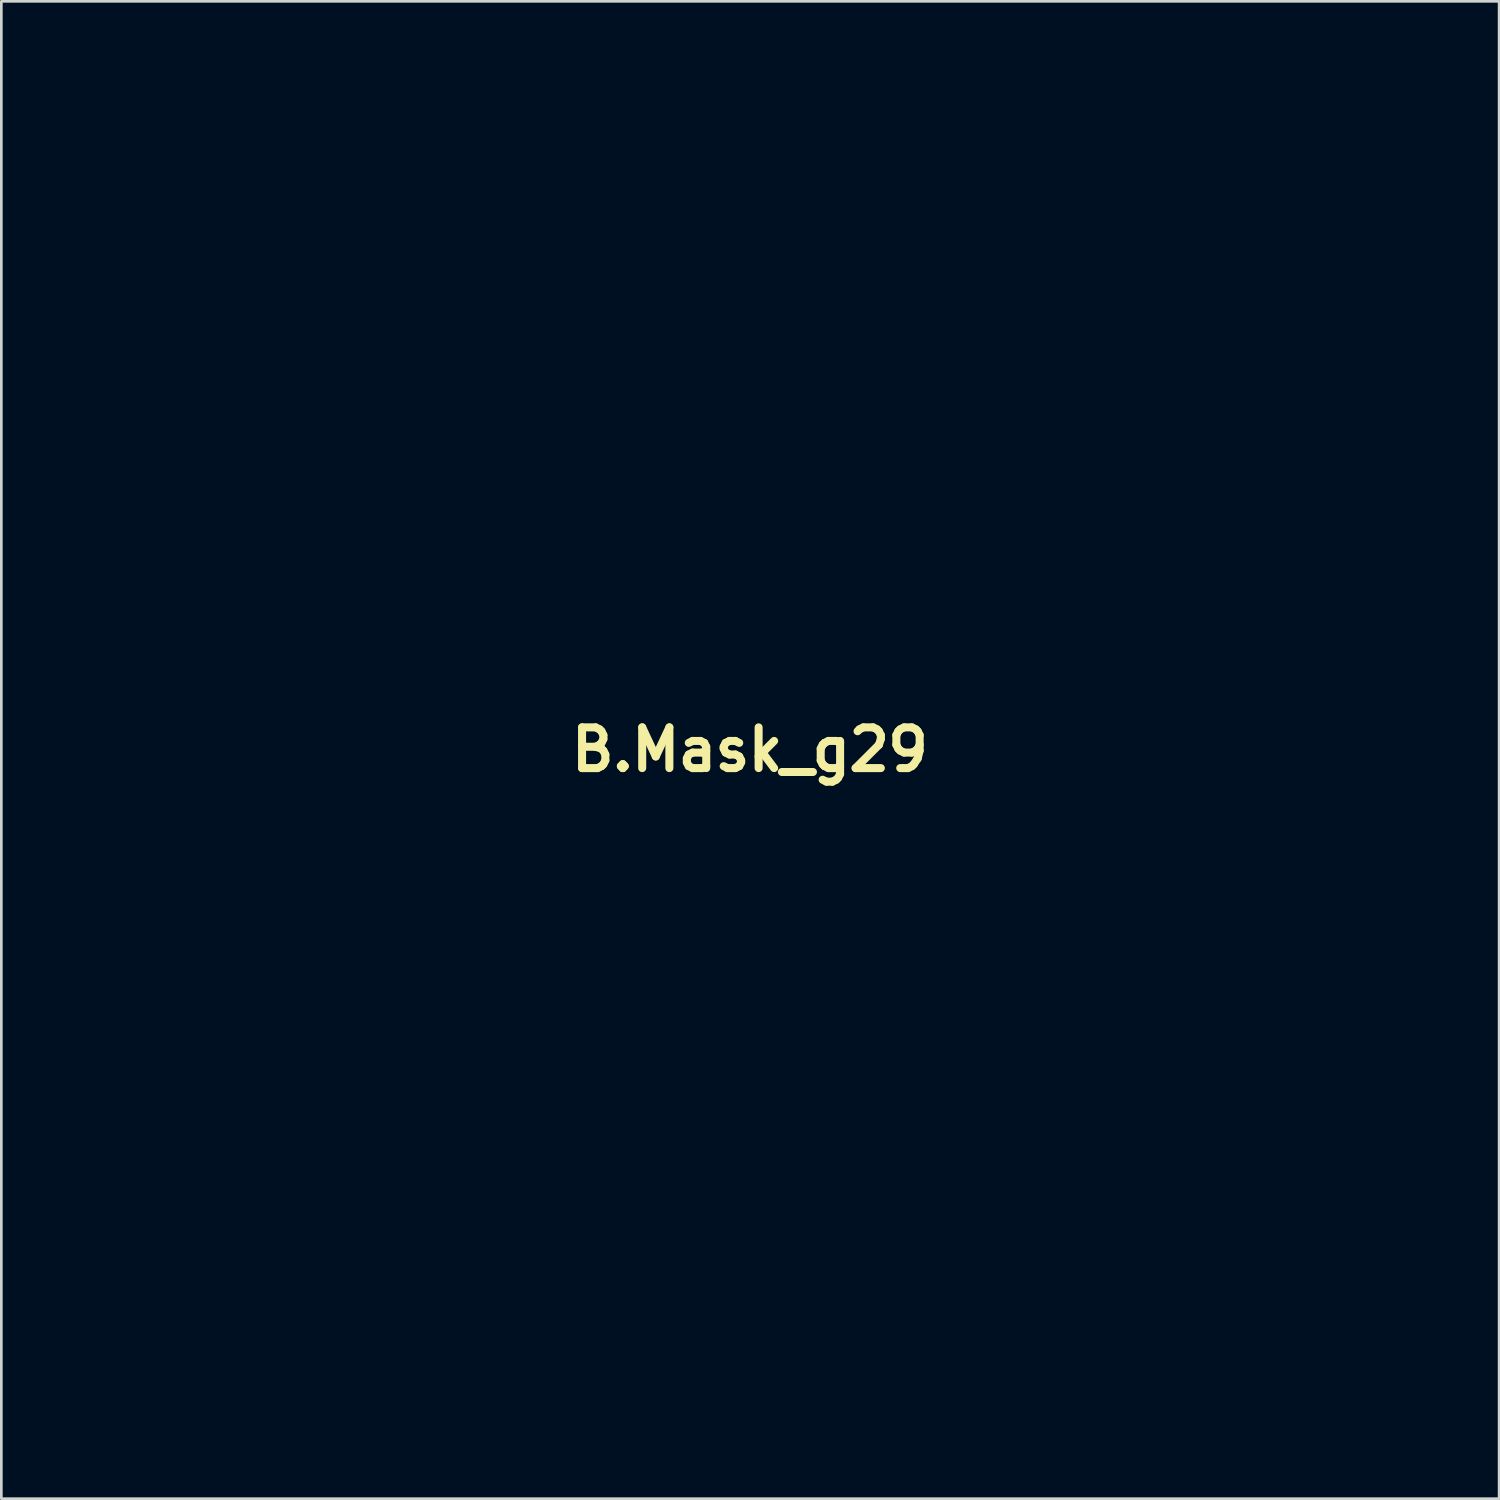
<source format=kicad_pcb>
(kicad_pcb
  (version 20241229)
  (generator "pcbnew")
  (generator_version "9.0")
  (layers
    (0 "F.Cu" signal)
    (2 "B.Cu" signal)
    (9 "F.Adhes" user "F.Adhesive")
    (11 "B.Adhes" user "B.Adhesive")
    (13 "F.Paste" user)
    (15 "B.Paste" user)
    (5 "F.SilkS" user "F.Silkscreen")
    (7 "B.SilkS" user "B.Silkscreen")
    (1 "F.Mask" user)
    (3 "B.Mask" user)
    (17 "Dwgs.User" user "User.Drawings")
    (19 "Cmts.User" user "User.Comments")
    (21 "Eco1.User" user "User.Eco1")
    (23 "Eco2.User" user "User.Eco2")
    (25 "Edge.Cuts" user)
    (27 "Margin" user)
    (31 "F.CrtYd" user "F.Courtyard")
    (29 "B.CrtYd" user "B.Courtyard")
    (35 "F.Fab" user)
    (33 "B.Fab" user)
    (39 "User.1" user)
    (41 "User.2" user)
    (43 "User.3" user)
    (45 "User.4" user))
  (footprint "B.Mask_g29"
    (layer "F.Cu")
    (at 25 24.992)
    (property "Reference" "B.Mask_g29" (at 0 0 0) (layer "F.SilkS") (effects (font (size 1.524 1.524) (thickness 0.3))))
    (attr through_hole)
    (fp_poly (pts (xy -3.636 1.263) (xy -3.483 1.617) (xy -3.357 1.973) (xy -3.258 2.324) (xy -3.189 2.666) (xy -3.149 2.995) (xy -3.141 3.304) (xy -3.152 3.482) (xy -3.201 3.807) (xy -3.283 4.106) (xy -3.398 4.383) (xy -3.55 4.641) (xy -3.739 4.883) (xy -3.891 5.042) (xy -4.157 5.272) (xy -4.441 5.464) (xy -4.743 5.618) (xy -5.064 5.733) (xy -5.285 5.788) (xy -5.348 5.8) (xy -5.413 5.81) (xy -5.487 5.819) (xy -5.579 5.828) (xy -5.695 5.837) (xy -5.844 5.847) (xy -5.895 5.85) (xy -5.962 5.851) (xy -6.056 5.849) (xy -6.163 5.845) (xy -6.227 5.841) (xy -6.463 5.815) (xy -6.717 5.773) (xy -6.969 5.717) (xy -7.101 5.682) (xy -7.209 5.649) (xy -7.321 5.612) (xy -7.43 5.574) (xy -7.529 5.538) (xy -7.612 5.505) (xy -7.671 5.479) (xy -7.699 5.463) (xy -7.7 5.459) (xy -7.685 5.442) (xy -7.643 5.396) (xy -7.576 5.322) (xy -7.486 5.222) (xy -7.373 5.098) (xy -7.24 4.952) (xy -7.088 4.785) (xy -6.918 4.599) (xy -6.733 4.397) (xy -6.535 4.179) (xy -6.324 3.948) (xy -6.102 3.706) (xy -5.871 3.453) (xy -5.704 3.271) (xy -3.715 1.097) (xy -3.636 1.263)) (stroke (width 0.01) (type solid)) (fill yes) (layer "B.Mask"))
    (fp_poly (pts (xy 4.989 -7.52) (xy 5.156 -7.173) (xy 5.296 -6.827) (xy 5.407 -6.485) (xy 5.49 -6.153) (xy 5.542 -5.835) (xy 5.563 -5.536) (xy 5.559 -5.364) (xy 5.525 -5.064) (xy 5.46 -4.79) (xy 5.362 -4.538) (xy 5.228 -4.303) (xy 5.057 -4.082) (xy 4.998 -4.016) (xy 4.765 -3.798) (xy 4.504 -3.602) (xy 4.224 -3.436) (xy 3.937 -3.308) (xy 3.752 -3.245) (xy 3.566 -3.199) (xy 3.371 -3.168) (xy 3.153 -3.149) (xy 2.974 -3.143) (xy 2.848 -3.141) (xy 2.733 -3.14) (xy 2.638 -3.141) (xy 2.57 -3.143) (xy 2.54 -3.145) (xy 2.493 -3.152) (xy 2.42 -3.163) (xy 2.335 -3.176) (xy 2.328 -3.177) (xy 2.154 -3.207) (xy 1.955 -3.253) (xy 1.746 -3.309) (xy 1.541 -3.374) (xy 1.524 -3.379) (xy 1.438 -3.41) (xy 1.337 -3.45) (xy 1.229 -3.495) (xy 1.119 -3.543) (xy 1.016 -3.589) (xy 0.926 -3.632) (xy 0.857 -3.667) (xy 0.814 -3.692) (xy 0.804 -3.702) (xy 0.819 -3.718) (xy 0.862 -3.763) (xy 0.931 -3.834) (xy 1.026 -3.929) (xy 1.143 -4.048) (xy 1.281 -4.187) (xy 1.44 -4.347) (xy 1.616 -4.524) (xy 1.808 -4.717) (xy 2.015 -4.924) (xy 2.234 -5.144) (xy 2.465 -5.375) (xy 2.704 -5.615) (xy 2.832 -5.742) (xy 4.859 -7.77) (xy 4.989 -7.52)) (stroke (width 0.01) (type solid)) (fill yes) (layer "B.Mask"))
    (fp_poly (pts (xy 10.713 -1.037) (xy 10.821 -1.033) (xy 10.822 -1.033) (xy 10.953 -1.027) (xy 11.048 -1.016) (xy 11.113 -1) (xy 11.154 -0.976) (xy 11.177 -0.942) (xy 11.185 -0.916) (xy 11.192 -0.871) (xy 11.203 -0.79) (xy 11.216 -0.678) (xy 11.232 -0.541) (xy 11.25 -0.385) (xy 11.268 -0.216) (xy 11.287 -0.039) (xy 11.305 0.14) (xy 11.323 0.315) (xy 11.339 0.48) (xy 11.343 0.529) (xy 11.371 0.836) (xy 11.394 1.106) (xy 11.412 1.344) (xy 11.424 1.556) (xy 11.431 1.747) (xy 11.433 1.922) (xy 11.429 2.085) (xy 11.419 2.243) (xy 11.404 2.401) (xy 11.383 2.564) (xy 11.355 2.736) (xy 11.322 2.923) (xy 11.301 3.037) (xy 11.204 3.506) (xy 11.099 3.936) (xy 10.985 4.328) (xy 10.861 4.686) (xy 10.75 4.96) (xy 10.545 5.411) (xy 10.339 5.834) (xy 10.131 6.227) (xy 9.924 6.588) (xy 9.719 6.913) (xy 9.517 7.201) (xy 9.405 7.345) (xy 9.333 7.43) (xy 9.234 7.539) (xy 9.115 7.665) (xy 8.979 7.805) (xy 8.834 7.951) (xy 8.683 8.101) (xy 8.533 8.247) (xy 8.388 8.384) (xy 8.253 8.509) (xy 8.188 8.567) (xy 7.611 9.053) (xy 7.011 9.509) (xy 6.385 9.936) (xy 5.729 10.337) (xy 5.041 10.714) (xy 5.027 10.721) (xy 4.612 10.929) (xy 4.222 11.11) (xy 3.85 11.265) (xy 3.492 11.398) (xy 3.14 11.509) (xy 2.79 11.6) (xy 2.435 11.674) (xy 2.069 11.733) (xy 1.873 11.758) (xy 1.76 11.77) (xy 1.624 11.78) (xy 1.475 11.788) (xy 1.32 11.795) (xy 1.17 11.8) (xy 1.032 11.803) (xy 0.915 11.803) (xy 0.827 11.8) (xy 0.798 11.797) (xy 0.763 11.792) (xy 0.735 11.781) (xy 0.713 11.76) (xy 0.694 11.722) (xy 0.676 11.663) (xy 0.655 11.576) (xy 0.63 11.455) (xy 0.616 11.388) (xy 0.564 11.121) (xy 0.522 10.879) (xy 0.49 10.665) (xy 0.468 10.481) (xy 0.456 10.331) (xy 0.455 10.216) (xy 0.465 10.141) (xy 0.486 10.083) (xy 0.517 10.052) (xy 0.571 10.033) (xy 0.653 10.016) (xy 0.775 9.999) (xy 0.935 9.982) (xy 1.129 9.966) (xy 1.356 9.949) (xy 1.612 9.934) (xy 1.895 9.919) (xy 1.926 9.917) (xy 2.25 9.902) (xy 2.534 9.888) (xy 2.777 9.875) (xy 2.982 9.865) (xy 3.15 9.855) (xy 3.281 9.847) (xy 3.378 9.84) (xy 3.442 9.835) (xy 3.473 9.831) (xy 3.474 9.83) (xy 3.502 9.804) (xy 3.521 9.755) (xy 3.521 9.752) (xy 3.527 9.701) (xy 3.535 9.611) (xy 3.543 9.487) (xy 3.552 9.332) (xy 3.562 9.15) (xy 3.572 8.945) (xy 3.582 8.72) (xy 3.592 8.48) (xy 3.598 8.329) (xy 3.607 8.113) (xy 3.617 7.905) (xy 3.626 7.71) (xy 3.636 7.531) (xy 3.645 7.373) (xy 3.654 7.241) (xy 3.662 7.139) (xy 3.67 7.071) (xy 3.674 7.045) (xy 3.68 7.035) (xy 3.692 7.026) (xy 3.715 7.018) (xy 3.749 7.011) (xy 3.798 7.004) (xy 3.865 6.997) (xy 3.952 6.99) (xy 4.062 6.984) (xy 4.198 6.977) (xy 4.361 6.97) (xy 4.556 6.962) (xy 4.784 6.954) (xy 5.048 6.945) (xy 5.352 6.934) (xy 5.45 6.931) (xy 5.767 6.92) (xy 6.041 6.909) (xy 6.276 6.899) (xy 6.472 6.889) (xy 6.63 6.879) (xy 6.751 6.869) (xy 6.836 6.86) (xy 6.887 6.85) (xy 6.903 6.843) (xy 6.911 6.817) (xy 6.92 6.757) (xy 6.93 6.661) (xy 6.94 6.528) (xy 6.952 6.358) (xy 6.964 6.148) (xy 6.977 5.9) (xy 6.991 5.611) (xy 7.006 5.281) (xy 7.023 4.896) (xy 7.04 4.551) (xy 7.055 4.245) (xy 7.068 3.977) (xy 7.081 3.746) (xy 7.093 3.549) (xy 7.105 3.385) (xy 7.115 3.253) (xy 7.125 3.15) (xy 7.135 3.076) (xy 7.144 3.03) (xy 7.145 3.023) (xy 7.154 3.009) (xy 7.174 2.996) (xy 7.207 2.984) (xy 7.256 2.972) (xy 7.324 2.961) (xy 7.414 2.949) (xy 7.528 2.937) (xy 7.668 2.924) (xy 7.839 2.911) (xy 8.041 2.896) (xy 8.279 2.879) (xy 8.554 2.86) (xy 8.763 2.847) (xy 9.042 2.828) (xy 9.281 2.811) (xy 9.483 2.796) (xy 9.651 2.783) (xy 9.786 2.77) (xy 9.892 2.759) (xy 9.971 2.748) (xy 10.025 2.738) (xy 10.058 2.728) (xy 10.062 2.726) (xy 10.074 2.718) (xy 10.083 2.705) (xy 10.089 2.684) (xy 10.092 2.651) (xy 10.09 2.601) (xy 10.085 2.532) (xy 10.075 2.438) (xy 10.06 2.315) (xy 10.04 2.161) (xy 10.016 1.971) (xy 10.001 1.859) (xy 9.979 1.694) (xy 9.959 1.526) (xy 9.94 1.365) (xy 9.923 1.221) (xy 9.911 1.103) (xy 9.906 1.051) (xy 9.895 0.891) (xy 9.895 0.77) (xy 9.909 0.686) (xy 9.939 0.635) (xy 9.988 0.616) (xy 10.06 0.626) (xy 10.156 0.661) (xy 10.267 0.714) (xy 10.358 0.759) (xy 10.44 0.8) (xy 10.503 0.831) (xy 10.529 0.843) (xy 10.59 0.871) (xy 10.575 0.324) (xy 10.569 0.15) (xy 10.563 -0.034) (xy 10.557 -0.216) (xy 10.551 -0.385) (xy 10.545 -0.528) (xy 10.543 -0.582) (xy 10.539 -0.705) (xy 10.537 -0.816) (xy 10.538 -0.906) (xy 10.541 -0.969) (xy 10.545 -0.992) (xy 10.554 -1.013) (xy 10.568 -1.027) (xy 10.594 -1.035) (xy 10.64 -1.038) (xy 10.713 -1.037)) (stroke (width 0.01) (type solid)) (fill yes) (layer "B.Mask"))
    (fp_poly (pts (xy 9.244 -5.199) (xy 9.291 -5.14) (xy 9.354 -5.05) (xy 9.431 -4.933) (xy 9.519 -4.792) (xy 9.617 -4.631) (xy 9.723 -4.451) (xy 9.834 -4.258) (xy 9.949 -4.054) (xy 10.066 -3.842) (xy 10.182 -3.627) (xy 10.27 -3.461) (xy 10.426 -3.157) (xy 10.565 -2.881) (xy 10.684 -2.633) (xy 10.784 -2.415) (xy 10.864 -2.228) (xy 10.924 -2.072) (xy 10.964 -1.949) (xy 10.981 -1.861) (xy 10.982 -1.826) (xy 10.975 -1.793) (xy 10.959 -1.775) (xy 10.921 -1.769) (xy 10.857 -1.77) (xy 10.779 -1.777) (xy 10.679 -1.799) (xy 10.556 -1.834) (xy 10.406 -1.886) (xy 10.225 -1.954) (xy 10.012 -2.04) (xy 9.917 -2.079) (xy 9.742 -2.152) (xy 9.603 -2.209) (xy 9.494 -2.253) (xy 9.412 -2.285) (xy 9.352 -2.306) (xy 9.31 -2.318) (xy 9.283 -2.323) (xy 9.265 -2.322) (xy 9.261 -2.321) (xy 9.256 -2.313) (xy 9.251 -2.293) (xy 9.246 -2.257) (xy 9.243 -2.203) (xy 9.239 -2.128) (xy 9.236 -2.031) (xy 9.233 -1.907) (xy 9.231 -1.756) (xy 9.229 -1.574) (xy 9.227 -1.359) (xy 9.225 -1.107) (xy 9.223 -0.817) (xy 9.222 -0.652) (xy 9.22 -0.389) (xy 9.218 -0.138) (xy 9.216 0.099) (xy 9.213 0.319) (xy 9.211 0.517) (xy 9.208 0.69) (xy 9.205 0.835) (xy 9.203 0.949) (xy 9.2 1.028) (xy 9.197 1.069) (xy 9.197 1.073) (xy 9.174 1.126) (xy 9.127 1.161) (xy 9.105 1.17) (xy 9.062 1.186) (xy 9.001 1.205) (xy 8.921 1.228) (xy 8.818 1.256) (xy 8.69 1.29) (xy 8.535 1.33) (xy 8.352 1.377) (xy 8.137 1.431) (xy 7.888 1.492) (xy 7.604 1.562) (xy 7.281 1.641) (xy 7.154 1.672) (xy 6.785 1.763) (xy 6.457 1.844) (xy 6.168 1.917) (xy 5.918 1.98) (xy 5.706 2.035) (xy 5.531 2.082) (xy 5.393 2.121) (xy 5.29 2.152) (xy 5.223 2.175) (xy 5.196 2.186) (xy 5.166 2.204) (xy 5.145 2.228) (xy 5.132 2.266) (xy 5.126 2.324) (xy 5.123 2.411) (xy 5.123 2.491) (xy 5.124 2.587) (xy 5.128 2.698) (xy 5.135 2.828) (xy 5.145 2.981) (xy 5.159 3.158) (xy 5.177 3.365) (xy 5.199 3.605) (xy 5.226 3.88) (xy 5.25 4.132) (xy 5.267 4.307) (xy 5.284 4.481) (xy 5.298 4.647) (xy 5.311 4.796) (xy 5.321 4.921) (xy 5.327 5.012) (xy 5.327 5.021) (xy 5.332 5.128) (xy 5.334 5.2) (xy 5.331 5.245) (xy 5.322 5.27) (xy 5.309 5.281) (xy 5.305 5.283) (xy 5.273 5.285) (xy 5.207 5.282) (xy 5.113 5.275) (xy 5 5.264) (xy 4.883 5.25) (xy 4.709 5.23) (xy 4.572 5.217) (xy 4.468 5.211) (xy 4.394 5.213) (xy 4.344 5.221) (xy 4.315 5.237) (xy 4.302 5.26) (xy 4.301 5.265) (xy 4.302 5.301) (xy 4.312 5.37) (xy 4.327 5.466) (xy 4.348 5.58) (xy 4.369 5.692) (xy 4.4 5.849) (xy 4.422 5.97) (xy 4.436 6.061) (xy 4.442 6.126) (xy 4.441 6.172) (xy 4.434 6.204) (xy 4.426 6.22) (xy 4.412 6.233) (xy 4.384 6.245) (xy 4.34 6.258) (xy 4.278 6.271) (xy 4.196 6.285) (xy 4.093 6.299) (xy 3.965 6.314) (xy 3.811 6.331) (xy 3.628 6.349) (xy 3.415 6.368) (xy 3.17 6.39) (xy 2.89 6.413) (xy 2.573 6.439) (xy 2.217 6.468) (xy 1.968 6.488) (xy 1.68 6.51) (xy 1.432 6.531) (xy 1.221 6.548) (xy 1.045 6.564) (xy 0.9 6.578) (xy 0.785 6.589) (xy 0.698 6.6) (xy 0.635 6.609) (xy 0.594 6.617) (xy 0.572 6.625) (xy 0.571 6.625) (xy 0.563 6.64) (xy 0.558 6.671) (xy 0.559 6.722) (xy 0.564 6.796) (xy 0.575 6.896) (xy 0.592 7.026) (xy 0.615 7.187) (xy 0.644 7.383) (xy 0.68 7.617) (xy 0.69 7.684) (xy 0.736 7.98) (xy 0.776 8.236) (xy 0.81 8.457) (xy 0.838 8.644) (xy 0.861 8.799) (xy 0.879 8.927) (xy 0.892 9.028) (xy 0.902 9.107) (xy 0.908 9.165) (xy 0.91 9.206) (xy 0.91 9.216) (xy 0.91 9.311) (xy 0.739 9.366) (xy 0.551 9.421) (xy 0.33 9.48) (xy 0.083 9.542) (xy -0.181 9.603) (xy -0.456 9.663) (xy -0.733 9.721) (xy -1.003 9.773) (xy -1.259 9.819) (xy -1.493 9.856) (xy -1.609 9.872) (xy -1.911 9.909) (xy -2.215 9.938) (xy -2.514 9.961) (xy -2.801 9.975) (xy -3.068 9.982) (xy -3.31 9.981) (xy -3.517 9.971) (xy -3.534 9.969) (xy -3.736 9.946) (xy -3.93 9.91) (xy -4.123 9.858) (xy -4.325 9.788) (xy -4.545 9.696) (xy -4.735 9.608) (xy -4.848 9.552) (xy -4.929 9.508) (xy -4.982 9.472) (xy -5.014 9.44) (xy -5.026 9.421) (xy -5.051 9.368) (xy -5.051 9.343) (xy -5.019 9.335) (xy -4.977 9.335) (xy -4.873 9.327) (xy -4.742 9.307) (xy -4.594 9.277) (xy -4.443 9.239) (xy -4.3 9.196) (xy -3.976 9.066) (xy -3.669 8.897) (xy -3.38 8.693) (xy -3.114 8.454) (xy -2.97 8.3) (xy -2.892 8.207) (xy -2.798 8.091) (xy -2.687 7.949) (xy -2.56 7.781) (xy -2.414 7.587) (xy -2.251 7.364) (xy -2.068 7.113) (xy -1.864 6.831) (xy -1.641 6.518) (xy -1.395 6.174) (xy -1.128 5.797) (xy -0.838 5.385) (xy -0.794 5.323) (xy -0.52 4.935) (xy -0.27 4.58) (xy -0.042 4.255) (xy 0.166 3.961) (xy 0.353 3.695) (xy 0.523 3.456) (xy 0.674 3.242) (xy 0.81 3.051) (xy 0.931 2.882) (xy 1.038 2.733) (xy 1.132 2.604) (xy 1.215 2.491) (xy 1.287 2.393) (xy 1.351 2.31) (xy 1.406 2.239) (xy 1.455 2.179) (xy 1.498 2.128) (xy 1.537 2.084) (xy 1.572 2.046) (xy 1.605 2.013) (xy 1.638 1.983) (xy 1.671 1.953) (xy 1.705 1.924) (xy 1.738 1.896) (xy 1.798 1.845) (xy 1.887 1.771) (xy 2.001 1.678) (xy 2.135 1.569) (xy 2.286 1.446) (xy 2.449 1.314) (xy 2.621 1.176) (xy 2.797 1.035) (xy 2.836 1.003) (xy 3.011 0.864) (xy 3.18 0.728) (xy 3.341 0.598) (xy 3.49 0.479) (xy 3.623 0.373) (xy 3.735 0.282) (xy 3.823 0.211) (xy 3.884 0.163) (xy 3.895 0.154) (xy 3.95 0.109) (xy 4.034 0.043) (xy 4.143 -0.042) (xy 4.272 -0.143) (xy 4.416 -0.255) (xy 4.572 -0.375) (xy 4.734 -0.5) (xy 4.826 -0.572) (xy 5.192 -0.854) (xy 5.526 -1.113) (xy 5.829 -1.351) (xy 6.105 -1.568) (xy 6.354 -1.767) (xy 6.579 -1.949) (xy 6.782 -2.116) (xy 6.965 -2.269) (xy 7.129 -2.411) (xy 7.277 -2.544) (xy 7.411 -2.667) (xy 7.532 -2.785) (xy 7.643 -2.897) (xy 7.745 -3.006) (xy 7.841 -3.114) (xy 7.932 -3.222) (xy 7.993 -3.297) (xy 8.14 -3.49) (xy 8.298 -3.713) (xy 8.462 -3.957) (xy 8.625 -4.214) (xy 8.782 -4.474) (xy 8.927 -4.728) (xy 9.056 -4.968) (xy 9.082 -5.02) (xy 9.129 -5.108) (xy 9.17 -5.176) (xy 9.2 -5.215) (xy 9.214 -5.223) (xy 9.244 -5.199)) (stroke (width 0.01) (type solid)) (fill yes) (layer "B.Mask"))
    (fp_poly (pts (xy 1.193 -24.987) (xy 2.334 -24.987) (xy 3.435 -24.987) (xy 4.495 -24.987) (xy 5.516 -24.987) (xy 6.498 -24.987) (xy 7.442 -24.987) (xy 8.349 -24.987) (xy 9.22 -24.987) (xy 10.056 -24.987) (xy 10.856 -24.987) (xy 11.623 -24.987) (xy 12.356 -24.987) (xy 13.057 -24.986) (xy 13.725 -24.986) (xy 14.363 -24.986) (xy 14.97 -24.986) (xy 15.548 -24.985) (xy 16.097 -24.985) (xy 16.617 -24.985) (xy 17.111 -24.985) (xy 17.578 -24.984) (xy 18.019 -24.984) (xy 18.435 -24.983) (xy 18.826 -24.983) (xy 19.194 -24.982) (xy 19.539 -24.982) (xy 19.862 -24.981) (xy 20.164 -24.981) (xy 20.445 -24.98) (xy 20.706 -24.979) (xy 20.948 -24.979) (xy 21.172 -24.978) (xy 21.378 -24.977) (xy 21.568 -24.976) (xy 21.741 -24.975) (xy 21.899 -24.974) (xy 22.042 -24.973) (xy 22.172 -24.972) (xy 22.288 -24.971) (xy 22.392 -24.97) (xy 22.485 -24.969) (xy 22.566 -24.968) (xy 22.638 -24.966) (xy 22.7 -24.965) (xy 22.754 -24.964) (xy 22.799 -24.962) (xy 22.838 -24.961) (xy 22.87 -24.959) (xy 22.897 -24.957) (xy 22.919 -24.956) (xy 22.936 -24.954) (xy 22.951 -24.952) (xy 22.963 -24.95) (xy 22.964 -24.95) (xy 23.283 -24.87) (xy 23.578 -24.757) (xy 23.851 -24.609) (xy 24.104 -24.425) (xy 24.241 -24.302) (xy 24.388 -24.152) (xy 24.511 -24.004) (xy 24.618 -23.844) (xy 24.721 -23.659) (xy 24.745 -23.611) (xy 24.849 -23.375) (xy 24.925 -23.139) (xy 24.976 -22.888) (xy 24.996 -22.737) (xy 24.997 -22.705) (xy 24.998 -22.631) (xy 24.999 -22.517) (xy 25 -22.363) (xy 25.001 -22.172) (xy 25.003 -21.943) (xy 25.004 -21.679) (xy 25.005 -21.38) (xy 25.006 -21.047) (xy 25.007 -20.681) (xy 25.008 -20.284) (xy 25.008 -19.856) (xy 25.009 -19.398) (xy 25.01 -18.912) (xy 25.011 -18.398) (xy 25.012 -17.858) (xy 25.012 -17.293) (xy 25.013 -16.704) (xy 25.014 -16.091) (xy 25.014 -15.457) (xy 25.015 -14.801) (xy 25.016 -14.125) (xy 25.016 -13.431) (xy 25.017 -12.719) (xy 25.017 -11.989) (xy 25.018 -11.245) (xy 25.018 -10.485) (xy 25.018 -9.712) (xy 25.019 -8.927) (xy 25.019 -8.13) (xy 25.019 -7.322) (xy 25.02 -6.506) (xy 25.02 -5.681) (xy 25.02 -4.849) (xy 25.02 -4.011) (xy 25.02 -3.167) (xy 25.021 -2.32) (xy 25.021 -1.47) (xy 25.021 -0.618) (xy 25.021 0.235) (xy 25.021 1.087) (xy 25.021 1.938) (xy 25.02 2.787) (xy 25.02 3.632) (xy 25.02 4.473) (xy 25.02 5.308) (xy 25.02 6.136) (xy 25.02 6.957) (xy 25.019 7.769) (xy 25.019 8.571) (xy 25.019 9.362) (xy 25.018 10.141) (xy 25.018 10.907) (xy 25.017 11.659) (xy 25.017 12.396) (xy 25.016 13.116) (xy 25.016 13.819) (xy 25.015 14.504) (xy 25.015 15.169) (xy 25.014 15.814) (xy 25.013 16.437) (xy 25.013 17.038) (xy 25.012 17.615) (xy 25.011 18.167) (xy 25.01 18.693) (xy 25.01 19.192) (xy 25.009 19.663) (xy 25.008 20.105) (xy 25.007 20.518) (xy 25.006 20.899) (xy 25.005 21.247) (xy 25.004 21.563) (xy 25.003 21.844) (xy 25.002 22.089) (xy 25.001 22.298) (xy 25 22.47) (xy 24.999 22.603) (xy 24.997 22.696) (xy 24.996 22.748) (xy 24.996 22.759) (xy 24.956 23.024) (xy 24.894 23.266) (xy 24.806 23.501) (xy 24.745 23.633) (xy 24.642 23.825) (xy 24.536 23.99) (xy 24.418 24.14) (xy 24.278 24.288) (xy 24.241 24.324) (xy 24 24.528) (xy 23.74 24.696) (xy 23.458 24.83) (xy 23.152 24.931) (xy 22.985 24.97) (xy 22.975 24.972) (xy 22.961 24.974) (xy 22.944 24.976) (xy 22.922 24.977) (xy 22.896 24.979) (xy 22.863 24.98) (xy 22.824 24.982) (xy 22.777 24.984) (xy 22.722 24.985) (xy 22.659 24.986) (xy 22.585 24.988) (xy 22.502 24.989) (xy 22.407 24.99) (xy 22.3 24.991) (xy 22.181 24.992) (xy 22.048 24.993) (xy 21.901 24.994) (xy 21.74 24.995) (xy 21.562 24.996) (xy 21.369 24.997) (xy 21.158 24.998) (xy 20.929 24.999) (xy 20.682 25) (xy 20.415 25) (xy 20.128 25.001) (xy 19.821 25.002) (xy 19.491 25.002) (xy 19.14 25.003) (xy 18.765 25.003) (xy 18.366 25.004) (xy 17.943 25.004) (xy 17.494 25.005) (xy 17.02 25.005) (xy 16.518 25.006) (xy 15.989 25.006) (xy 15.431 25.006) (xy 14.844 25.007) (xy 14.228 25.007) (xy 13.581 25.007) (xy 12.902 25.007) (xy 12.192 25.008) (xy 11.448 25.008) (xy 10.671 25.008) (xy 9.86 25.008) (xy 9.013 25.009) (xy 8.131 25.009) (xy 7.212 25.009) (xy 6.255 25.009) (xy 5.261 25.009) (xy 4.228 25.01) (xy 3.155 25.01) (xy 2.042 25.01) (xy 0.887 25.01) (xy 0.106 25.01) (xy -0.946 25.01) (xy -1.982 25.01) (xy -3.002 25.011) (xy -4.006 25.011) (xy -4.991 25.011) (xy -5.959 25.011) (xy -6.907 25.01) (xy -7.836 25.01) (xy -8.744 25.01) (xy -9.631 25.01) (xy -10.495 25.01) (xy -11.337 25.01) (xy -12.155 25.009) (xy -12.949 25.009) (xy -13.718 25.009) (xy -14.461 25.008) (xy -15.178 25.008) (xy -15.867 25.007) (xy -16.528 25.007) (xy -17.16 25.007) (xy -17.762 25.006) (xy -18.334 25.006) (xy -18.876 25.005) (xy -19.385 25.004) (xy -19.861 25.004) (xy -20.305 25.003) (xy -20.714 25.003) (xy -21.088 25.002) (xy -21.427 25.001) (xy -21.73 25) (xy -21.995 25) (xy -22.222 24.999) (xy -22.411 24.998) (xy -22.56 24.997) (xy -22.67 24.997) (xy -22.738 24.996) (xy -22.765 24.995) (xy -23.044 24.947) (xy -23.324 24.866) (xy -23.595 24.756) (xy -23.843 24.623) (xy -23.919 24.574) (xy -24.035 24.486) (xy -24.163 24.375) (xy -24.292 24.252) (xy -24.408 24.127) (xy -24.492 24.025) (xy -24.578 23.899) (xy -24.666 23.745) (xy -24.75 23.577) (xy -24.823 23.407) (xy -24.88 23.25) (xy -24.901 23.177) (xy -24.925 23.067) (xy -24.948 22.934) (xy -24.968 22.801) (xy -24.976 22.733) (xy -24.977 22.708) (xy -24.978 22.661) (xy -24.979 22.592) (xy -24.981 22.499) (xy -24.982 22.382) (xy -24.983 22.241) (xy -24.984 22.075) (xy -24.985 21.884) (xy -24.986 21.667) (xy -24.987 21.424) (xy -24.988 21.154) (xy -24.988 20.856) (xy -24.989 20.53) (xy -24.99 20.176) (xy -24.99 19.793) (xy -24.991 19.38) (xy -24.992 18.937) (xy -24.992 18.464) (xy -24.993 17.959) (xy -24.993 17.423) (xy -24.993 16.855) (xy -24.994 16.255) (xy -24.994 15.621) (xy -24.994 14.953) (xy -24.994 14.251) (xy -24.995 13.652) (xy -23.979 13.652) (xy -23.979 14.289) (xy -23.979 14.895) (xy -23.979 15.471) (xy -23.979 16.019) (xy -23.979 16.539) (xy -23.979 17.031) (xy -23.978 17.497) (xy -23.978 17.937) (xy -23.978 18.352) (xy -23.977 18.742) (xy -23.977 19.109) (xy -23.977 19.453) (xy -23.976 19.775) (xy -23.976 20.076) (xy -23.975 20.356) (xy -23.975 20.617) (xy -23.974 20.858) (xy -23.973 21.081) (xy -23.972 21.287) (xy -23.972 21.475) (xy -23.971 21.648) (xy -23.97 21.805) (xy -23.969 21.948) (xy -23.968 22.077) (xy -23.967 22.193) (xy -23.966 22.297) (xy -23.965 22.389) (xy -23.963 22.47) (xy -23.962 22.541) (xy -23.961 22.603) (xy -23.959 22.657) (xy -23.958 22.702) (xy -23.956 22.741) (xy -23.955 22.773) (xy -23.953 22.8) (xy -23.951 22.822) (xy -23.949 22.84) (xy -23.947 22.854) (xy -23.945 22.866) (xy -23.943 22.877) (xy -23.941 22.886) (xy -23.94 22.892) (xy -23.883 23.078) (xy -23.81 23.238) (xy -23.713 23.386) (xy -23.586 23.534) (xy -23.55 23.571) (xy -23.399 23.708) (xy -23.251 23.812) (xy -23.093 23.891) (xy -22.912 23.951) (xy -22.881 23.96) (xy -22.873 23.962) (xy -22.863 23.964) (xy -22.851 23.966) (xy -22.837 23.968) (xy -22.82 23.97) (xy -22.799 23.971) (xy -22.773 23.973) (xy -22.741 23.975) (xy -22.703 23.976) (xy -22.658 23.978) (xy -22.606 23.979) (xy -22.544 23.981) (xy -22.474 23.982) (xy -22.393 23.983) (xy -22.302 23.984) (xy -22.199 23.985) (xy -22.084 23.987) (xy -21.956 23.988) (xy -21.814 23.989) (xy -21.657 23.99) (xy -21.485 23.99) (xy -21.297 23.991) (xy -21.092 23.992) (xy -20.87 23.993) (xy -20.63 23.994) (xy -20.37 23.994) (xy -20.091 23.995) (xy -19.791 23.995) (xy -19.469 23.996) (xy -19.126 23.997) (xy -18.76 23.997) (xy -18.37 23.997) (xy -17.956 23.998) (xy -17.517 23.998) (xy -17.052 23.999) (xy -16.561 23.999) (xy -16.042 23.999) (xy -15.495 24) (xy -14.92 24) (xy -14.314 24) (xy -13.679 24) (xy -13.012 24) (xy -12.314 24.001) (xy -11.583 24.001) (xy -10.819 24.001) (xy -10.02 24.001) (xy -9.187 24.001) (xy -8.318 24.001) (xy -7.413 24.001) (xy -6.471 24.001) (xy -5.491 24.002) (xy -4.473 24.002) (xy -3.415 24.002) (xy -2.317 24.002) (xy -1.178 24.002) (xy 0.002 24.002) (xy 1.182 24.002) (xy 2.321 24.002) (xy 3.419 24.002) (xy 4.476 24.002) (xy 5.495 24.002) (xy 6.475 24.002) (xy 7.417 24.002) (xy 8.321 24.002) (xy 9.19 24.002) (xy 10.023 24.002) (xy 10.821 24.002) (xy 11.585 24.002) (xy 12.316 24.002) (xy 13.015 24.002) (xy 13.681 24.002) (xy 14.316 24.002) (xy 14.921 24.001) (xy 15.497 24.001) (xy 16.044 24.001) (xy 16.562 24.001) (xy 17.054 24.001) (xy 17.518 24) (xy 17.957 24) (xy 18.371 24) (xy 18.761 23.999) (xy 19.127 23.999) (xy 19.471 23.998) (xy 19.792 23.998) (xy 20.092 23.997) (xy 20.371 23.997) (xy 20.631 23.996) (xy 20.871 23.995) (xy 21.094 23.994) (xy 21.298 23.994) (xy 21.486 23.993) (xy 21.658 23.992) (xy 21.815 23.991) (xy 21.957 23.99) (xy 22.086 23.989) (xy 22.201 23.988) (xy 22.304 23.987) (xy 22.396 23.986) (xy 22.476 23.984) (xy 22.547 23.983) (xy 22.609 23.982) (xy 22.662 23.98) (xy 22.707 23.979) (xy 22.745 23.977) (xy 22.777 23.975) (xy 22.803 23.974) (xy 22.825 23.972) (xy 22.843 23.97) (xy 22.857 23.968) (xy 22.869 23.966) (xy 22.879 23.964) (xy 22.888 23.962) (xy 22.894 23.961) (xy 23.131 23.88) (xy 23.345 23.764) (xy 23.535 23.616) (xy 23.697 23.44) (xy 23.829 23.237) (xy 23.926 23.011) (xy 23.961 22.894) (xy 23.963 22.885) (xy 23.965 22.875) (xy 23.967 22.864) (xy 23.969 22.851) (xy 23.971 22.835) (xy 23.973 22.816) (xy 23.975 22.792) (xy 23.976 22.763) (xy 23.978 22.728) (xy 23.979 22.686) (xy 23.981 22.637) (xy 23.982 22.58) (xy 23.984 22.514) (xy 23.985 22.439) (xy 23.986 22.353) (xy 23.987 22.255) (xy 23.989 22.146) (xy 23.99 22.025) (xy 23.991 21.89) (xy 23.992 21.74) (xy 23.992 21.576) (xy 23.993 21.396) (xy 23.994 21.2) (xy 23.995 20.987) (xy 23.996 20.755) (xy 23.996 20.505) (xy 23.997 20.236) (xy 23.998 19.946) (xy 23.998 19.636) (xy 23.999 19.304) (xy 23.999 18.949) (xy 24 18.572) (xy 24 18.17) (xy 24 17.744) (xy 24.001 17.292) (xy 24.001 16.814) (xy 24.001 16.309) (xy 24.001 15.777) (xy 24.002 15.216) (xy 24.002 14.626) (xy 24.002 14.005) (xy 24.002 13.355) (xy 24.002 12.673) (xy 24.003 11.958) (xy 24.003 11.211) (xy 24.003 10.43) (xy 24.003 9.614) (xy 24.003 8.764) (xy 24.003 7.877) (xy 24.003 6.954) (xy 24.003 5.993) (xy 24.003 4.994) (xy 24.003 3.956) (xy 24.003 2.878) (xy 24.003 1.76) (xy 24.003 0.601) (xy 24.003 -1.169) (xy 24.003 -2.308) (xy 24.003 -3.405) (xy 24.003 -4.463) (xy 24.003 -5.481) (xy 24.003 -6.461) (xy 24.003 -7.403) (xy 24.003 -8.307) (xy 24.003 -9.176) (xy 24.003 -10.008) (xy 24.003 -10.807) (xy 24.003 -11.57) (xy 24.002 -12.301) (xy 24.002 -12.999) (xy 24.002 -13.665) (xy 24.002 -14.301) (xy 24.002 -14.905) (xy 24.002 -15.481) (xy 24.001 -16.027) (xy 24.001 -16.546) (xy 24.001 -17.037) (xy 24 -17.502) (xy 24 -17.94) (xy 24 -18.354) (xy 23.999 -18.744) (xy 23.999 -19.11) (xy 23.998 -19.453) (xy 23.998 -19.774) (xy 23.997 -20.074) (xy 23.997 -20.353) (xy 23.996 -20.613) (xy 23.995 -20.853) (xy 23.995 -21.075) (xy 23.994 -21.28) (xy 23.993 -21.468) (xy 23.992 -21.64) (xy 23.991 -21.796) (xy 23.99 -21.938) (xy 23.989 -22.066) (xy 23.988 -22.182) (xy 23.987 -22.285) (xy 23.986 -22.376) (xy 23.984 -22.457) (xy 23.983 -22.527) (xy 23.982 -22.589) (xy 23.98 -22.642) (xy 23.979 -22.687) (xy 23.977 -22.725) (xy 23.975 -22.757) (xy 23.974 -22.783) (xy 23.972 -22.805) (xy 23.97 -22.823) (xy 23.968 -22.837) (xy 23.966 -22.849) (xy 23.964 -22.859) (xy 23.962 -22.868) (xy 23.961 -22.872) (xy 23.903 -23.059) (xy 23.827 -23.223) (xy 23.726 -23.374) (xy 23.592 -23.525) (xy 23.57 -23.548) (xy 23.417 -23.687) (xy 23.267 -23.792) (xy 23.106 -23.872) (xy 22.924 -23.932) (xy 22.892 -23.94) (xy 22.883 -23.942) (xy 22.873 -23.944) (xy 22.862 -23.946) (xy 22.849 -23.948) (xy 22.833 -23.95) (xy 22.814 -23.952) (xy 22.79 -23.954) (xy 22.761 -23.955) (xy 22.726 -23.957) (xy 22.685 -23.958) (xy 22.636 -23.96) (xy 22.579 -23.961) (xy 22.514 -23.963) (xy 22.438 -23.964) (xy 22.353 -23.965) (xy 22.256 -23.966) (xy 22.147 -23.967) (xy 22.026 -23.968) (xy 21.891 -23.969) (xy 21.742 -23.97) (xy 21.579 -23.971) (xy 21.4 -23.972) (xy 21.204 -23.973) (xy 20.991 -23.974) (xy 20.761 -23.974) (xy 20.512 -23.975) (xy 20.243 -23.975) (xy 19.954 -23.976) (xy 19.645 -23.976) (xy 19.314 -23.977) (xy 18.96 -23.977) (xy 18.584 -23.978) (xy 18.183 -23.978) (xy 17.758 -23.978) (xy 17.307 -23.978) (xy 16.831 -23.979) (xy 16.327 -23.979) (xy 15.796 -23.979) (xy 15.237 -23.979) (xy 14.648 -23.979) (xy 14.029 -23.979) (xy 13.38 -23.979) (xy 12.7 -23.979) (xy 11.987 -23.979) (xy 11.241 -23.979) (xy 10.462 -23.979) (xy 9.649 -23.979) (xy 8.8 -23.979) (xy 7.915 -23.978) (xy 6.994 -23.978) (xy 6.035 -23.978) (xy 5.039 -23.978) (xy 4.003 -23.978) (xy 2.928 -23.977) (xy 1.812 -23.977) (xy 0.655 -23.977) (xy -0.042 -23.977) (xy -22.807 -23.971) (xy -22.976 -23.914) (xy -23.195 -23.821) (xy -23.387 -23.701) (xy -23.553 -23.556) (xy -23.711 -23.372) (xy -23.832 -23.173) (xy -23.914 -22.977) (xy -23.971 -22.807) (xy -23.977 -0.042) (xy -23.977 1.139) (xy -23.977 2.279) (xy -23.977 3.378) (xy -23.978 4.436) (xy -23.978 5.456) (xy -23.978 6.437) (xy -23.978 7.38) (xy -23.978 8.286) (xy -23.979 9.155) (xy -23.979 9.989) (xy -23.979 10.789) (xy -23.979 11.554) (xy -23.979 12.286) (xy -23.979 12.985) (xy -23.979 13.652) (xy -24.995 13.652) (xy -24.995 13.514) (xy -24.995 12.742) (xy -24.995 11.935) (xy -24.995 11.091) (xy -24.995 10.21) (xy -24.995 9.292) (xy -24.995 8.336) (xy -24.995 7.341) (xy -24.994 6.308) (xy -24.994 5.235) (xy -24.994 4.122) (xy -24.994 2.969) (xy -24.993 1.775) (xy -24.993 0.539) (xy -24.993 -0.148) (xy -24.992 -1.328) (xy -24.992 -2.467) (xy -24.992 -3.564) (xy -24.991 -4.622) (xy -24.991 -5.64) (xy -24.991 -6.62) (xy -24.99 -7.562) (xy -24.99 -8.466) (xy -24.99 -9.335) (xy -24.989 -10.167) (xy -24.989 -10.965) (xy -24.989 -11.729) (xy -24.988 -12.46) (xy -24.988 -13.158) (xy -24.987 -13.824) (xy -24.987 -14.459) (xy -24.987 -15.064) (xy -24.986 -15.639) (xy -24.986 -16.185) (xy -24.985 -16.703) (xy -24.985 -17.194) (xy -24.984 -17.659) (xy -24.984 -18.097) (xy -24.983 -18.51) (xy -24.983 -18.899) (xy -24.982 -19.265) (xy -24.981 -19.608) (xy -24.981 -19.928) (xy -24.98 -20.227) (xy -24.979 -20.506) (xy -24.978 -20.765) (xy -24.978 -21.004) (xy -24.977 -21.226) (xy -24.976 -21.43) (xy -24.975 -21.617) (xy -24.974 -21.787) (xy -24.973 -21.943) (xy -24.972 -22.084) (xy -24.971 -22.211) (xy -24.97 -22.325) (xy -24.968 -22.427) (xy -24.967 -22.517) (xy -24.966 -22.596) (xy -24.965 -22.665) (xy -24.963 -22.725) (xy -24.962 -22.777) (xy -24.96 -22.82) (xy -24.959 -22.857) (xy -24.957 -22.887) (xy -24.955 -22.911) (xy -24.954 -22.931) (xy -24.952 -22.946) (xy -24.95 -22.958) (xy -24.949 -22.964) (xy -24.867 -23.276) (xy -24.757 -23.559) (xy -24.614 -23.82) (xy -24.437 -24.064) (xy -24.259 -24.259) (xy -24.023 -24.47) (xy -23.773 -24.643) (xy -23.507 -24.78) (xy -23.217 -24.884) (xy -22.943 -24.95) (xy -22.931 -24.952) (xy -22.917 -24.953) (xy -22.9 -24.955) (xy -22.878 -24.957) (xy -22.852 -24.959) (xy -22.821 -24.96) (xy -22.783 -24.962) (xy -22.738 -24.963) (xy -22.685 -24.965) (xy -22.624 -24.966) (xy -22.553 -24.968) (xy -22.473 -24.969) (xy -22.381 -24.97) (xy -22.279 -24.971) (xy -22.164 -24.972) (xy -22.036 -24.973) (xy -21.894 -24.974) (xy -21.737 -24.975) (xy -21.566 -24.976) (xy -21.378 -24.977) (xy -21.174 -24.978) (xy -20.952 -24.979) (xy -20.711 -24.979) (xy -20.452 -24.98) (xy -20.173 -24.981) (xy -19.874 -24.981) (xy -19.553 -24.982) (xy -19.21 -24.982) (xy -18.845 -24.983) (xy -18.456 -24.983) (xy -18.042 -24.984) (xy -17.604 -24.984) (xy -17.14 -24.985) (xy -16.649 -24.985) (xy -16.132 -24.985) (xy -15.586 -24.985) (xy -15.011 -24.986) (xy -14.407 -24.986) (xy -13.773 -24.986) (xy -13.107 -24.986) (xy -12.41 -24.986) (xy -11.68 -24.987) (xy -10.917 -24.987) (xy -10.121 -24.987) (xy -9.289 -24.987) (xy -8.422 -24.987) (xy -7.518 -24.987) (xy -6.578 -24.987) (xy -5.599 -24.987) (xy -4.583 -24.987) (xy -3.527 -24.987) (xy -2.431 -24.987) (xy -1.294 -24.987) (xy -0.116 -24.987) (xy 0.011 -24.987) (xy 1.193 -24.987)) (stroke (width 0.01) (type solid)) (fill yes) (layer "B.Mask")))
  (gr_rect
    (start -3 -3)
    (end 53.025 53.008)
    (stroke (width 0.1) (type default))
    (fill no)
    (layer "Edge.Cuts")))
</source>
